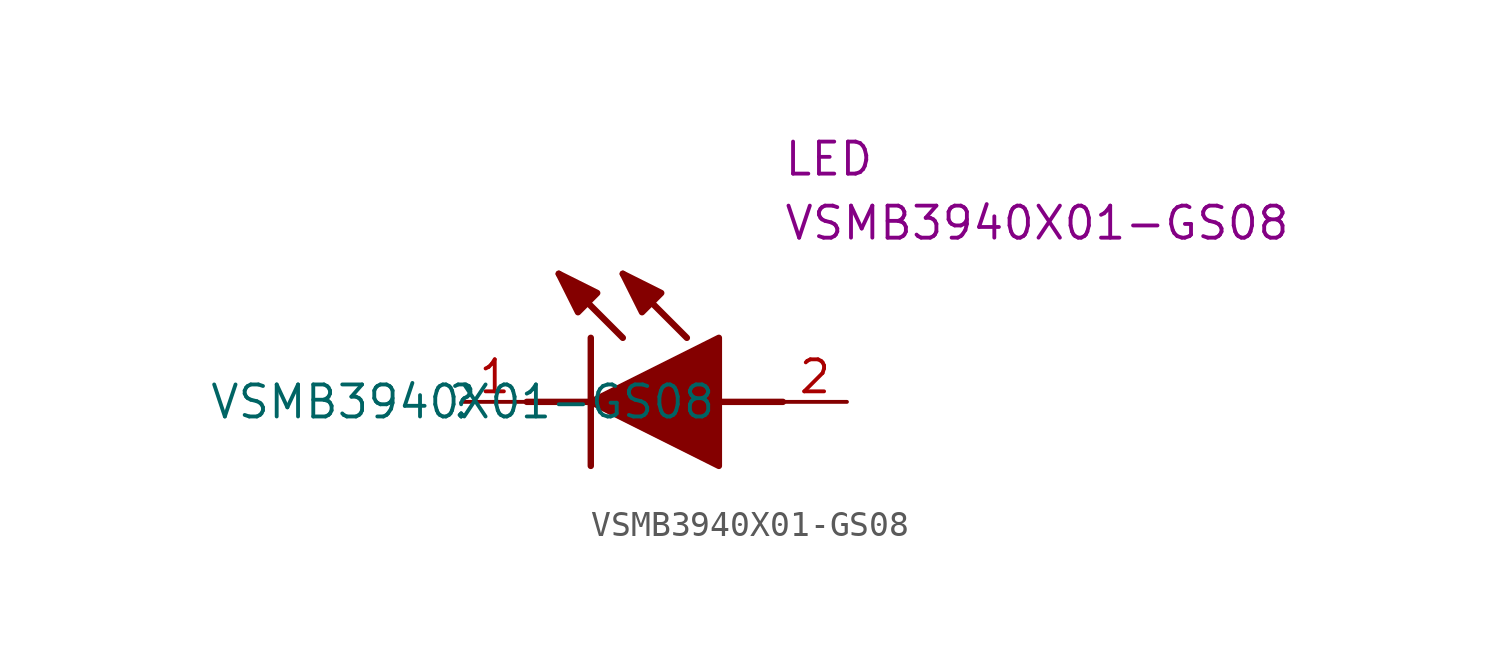
<source format=kicad_sym>
(kicad_symbol_lib
  (version 20211014)
  (generator kicad_symbol_editor)
  (symbol "VSMB3940X01-GS08"
    (pin_names hide)
    (property "Reference" ""
      (at 0 0 0)
      (effects (font (size 1.27 1.27))))
    (property "Value" "VSMB3940X01-GS08"
      (at 0 0 0)
      (effects (font (size 1.27 1.27))))
    (property "Reference_1" "LED"
      (at 12.7 8.89 0)
      (effects (font (size 1.27 1.27)) (justify left bottom)))
    (property "Value_1" "VSMB3940X01-GS08"
      (at 12.7 6.35 0)
      (effects (font (size 1.27 1.27)) (justify left bottom)))
    (symbol "VSMB3940X01-GS08_1_1"
      (polyline (pts (xy 2.54 0) (xy 5.08 0)) (stroke (width 0.254) (type default) (color 0 0 0 0)) (fill (type none)))
      (polyline (pts (xy 5.08 2.54) (xy 5.08 -2.54)) (stroke (width 0.254) (type default) (color 0 0 0 0)) (fill (type none)))
      (polyline (pts (xy 6.35 2.54) (xy 3.81 5.08)) (stroke (width 0.254) (type default) (color 0 0 0 0)) (fill (type none)))
      (polyline (pts (xy 8.89 2.54) (xy 6.35 5.08)) (stroke (width 0.254) (type default) (color 0 0 0 0)) (fill (type none)))
      (polyline (pts (xy 10.16 0) (xy 12.7 0)) (stroke (width 0.254) (type default) (color 0 0 0 0)) (fill (type none)))
      (polyline (pts (xy 5.08 0) (xy 10.16 2.54) (xy 10.16 -2.54) (xy 5.08 0)) (stroke (width 0.254) (type default) (color 0 0 0 0)) (fill (type outline)))
      (polyline (pts (xy 5.334 4.318) (xy 4.572 3.556) (xy 3.81 5.08) (xy 5.334 4.318)) (stroke (width 0.254) (type default) (color 0 0 0 0)) (fill (type outline)))
      (polyline (pts (xy 7.874 4.318) (xy 7.112 3.556) (xy 6.35 5.08) (xy 7.874 4.318)) (stroke (width 0.254) (type default) (color 0 0 0 0)) (fill (type outline)))
      (pin passive line (at 0 0 0) (length 2.54) (name "K" (effects (font (size 1.27 1.27)))) (number "1" (effects (font (size 1.27 1.27)))))
      (pin passive line (at 15.24 0 180) (length 2.54) (name "A" (effects (font (size 1.27 1.27)))) (number "2" (effects (font (size 1.27 1.27))))))))
</source>
